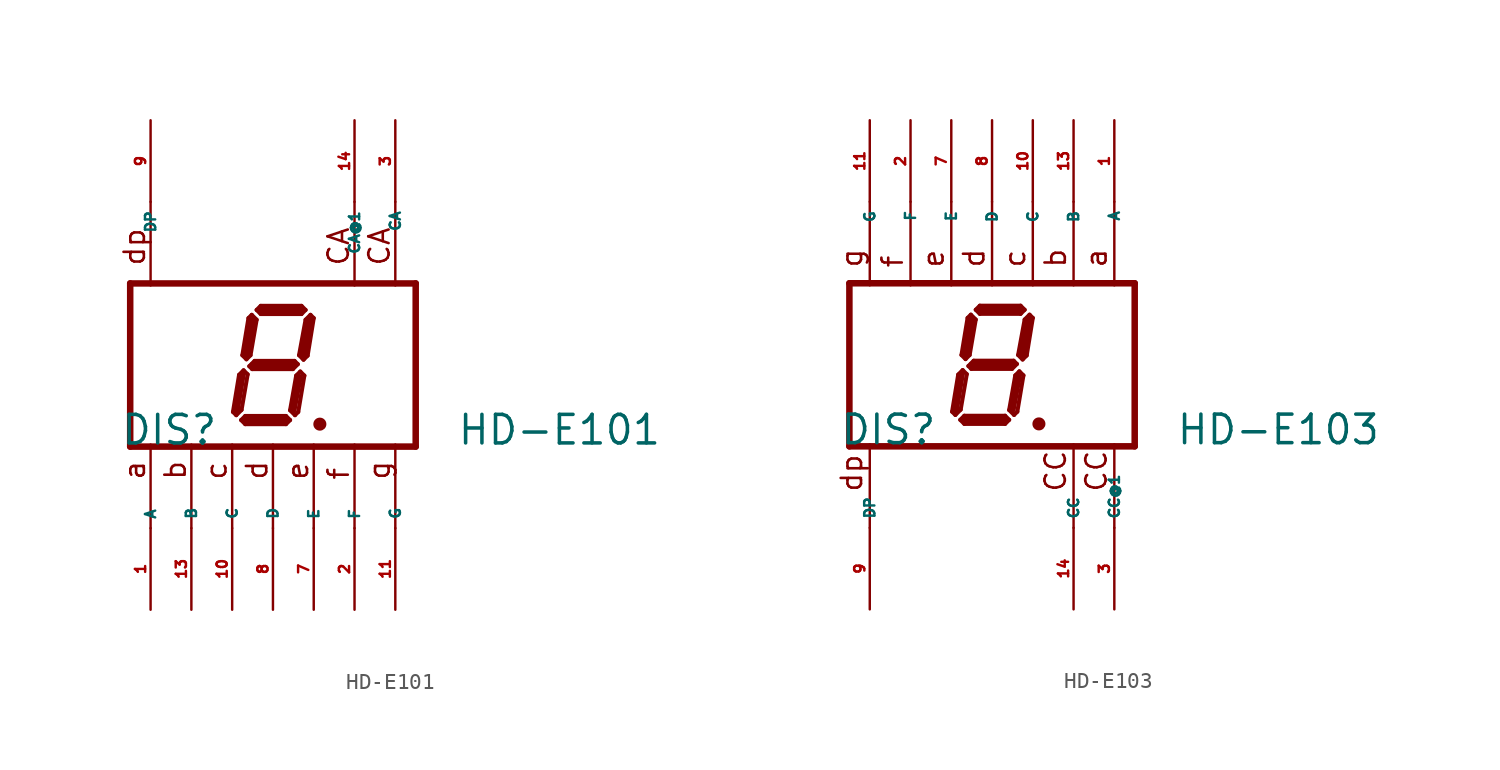
<source format=kicad_sym>
(kicad_symbol_lib
  (version 20220914)
  (generator Eagle2Kicad)
  (symbol "HD-E101"
    (property "Reference" "DIS"
      (at -9.525 -5.08 0)
      (effects (font (size 1.778 1.778) (thickness 0.22)) (justify left bottom)))
    (property "Value" "HD-E101"
      (at 11.43 -5.08 0)
      (effects (font (size 1.778 1.778) (thickness 0.22)) (justify left bottom)))
    (polyline
      (pts (xy 2.794 -3.683) (xy 3.048 -3.683))
      (stroke (width 0.305) (type default))
      (fill (type none)))
    (polyline
      (pts (xy 2.337 3.124) (xy 2.032 2.819))
      (stroke (width 0.254) (type default))
      (fill (type none)))
    (polyline
      (pts (xy 2.032 2.819) (xy 1.626 0.61))
      (stroke (width 0.254) (type default))
      (fill (type none)))
    (polyline
      (pts (xy 1.626 0.61) (xy 1.905 0.33))
      (stroke (width 0.254) (type default))
      (fill (type none)))
    (polyline
      (pts (xy 1.905 0.33) (xy 2.159 0.584))
      (stroke (width 0.254) (type default))
      (fill (type none)))
    (polyline
      (pts (xy 2.159 0.584) (xy 2.54 2.921))
      (stroke (width 0.254) (type default))
      (fill (type none)))
    (polyline
      (pts (xy 2.54 2.921) (xy 2.337 3.124))
      (stroke (width 0.254) (type default))
      (fill (type none)))
    (polyline
      (pts (xy 2.032 3.429) (xy 1.778 3.175))
      (stroke (width 0.254) (type default))
      (fill (type none)))
    (polyline
      (pts (xy 1.778 3.175) (xy -0.762 3.175))
      (stroke (width 0.254) (type default))
      (fill (type none)))
    (polyline
      (pts (xy -0.762 3.175) (xy -1.016 3.429))
      (stroke (width 0.254) (type default))
      (fill (type none)))
    (polyline
      (pts (xy -1.016 3.429) (xy -0.762 3.683))
      (stroke (width 0.254) (type default))
      (fill (type none)))
    (polyline
      (pts (xy -0.762 3.683) (xy 1.778 3.683))
      (stroke (width 0.254) (type default))
      (fill (type none)))
    (polyline
      (pts (xy 1.778 3.683) (xy 2.032 3.429))
      (stroke (width 0.254) (type default))
      (fill (type none)))
    (polyline
      (pts (xy -1.321 3.124) (xy -1.016 2.819))
      (stroke (width 0.254) (type default))
      (fill (type none)))
    (polyline
      (pts (xy -1.016 2.819) (xy -1.397 0.61))
      (stroke (width 0.254) (type default))
      (fill (type none)))
    (polyline
      (pts (xy -1.397 0.61) (xy -1.651 0.356))
      (stroke (width 0.254) (type default))
      (fill (type none)))
    (polyline
      (pts (xy -1.651 0.356) (xy -1.905 0.61))
      (stroke (width 0.254) (type default))
      (fill (type none)))
    (polyline
      (pts (xy -1.905 0.61) (xy -1.524 2.921))
      (stroke (width 0.254) (type default))
      (fill (type none)))
    (polyline
      (pts (xy -1.524 2.921) (xy -1.321 3.124))
      (stroke (width 0.254) (type default))
      (fill (type none)))
    (polyline
      (pts (xy -1.473 -0.076) (xy -1.143 0.254))
      (stroke (width 0.254) (type default))
      (fill (type none)))
    (polyline
      (pts (xy -1.143 0.254) (xy 1.346 0.254))
      (stroke (width 0.254) (type default))
      (fill (type none)))
    (polyline
      (pts (xy 1.346 0.254) (xy 1.549 0.051))
      (stroke (width 0.254) (type default))
      (fill (type none)))
    (polyline
      (pts (xy 1.549 0.051) (xy 1.245 -0.254))
      (stroke (width 0.254) (type default))
      (fill (type none)))
    (polyline
      (pts (xy 1.245 -0.254) (xy -1.295 -0.254))
      (stroke (width 0.254) (type default))
      (fill (type none)))
    (polyline
      (pts (xy -1.295 -0.254) (xy -1.473 -0.076))
      (stroke (width 0.254) (type default))
      (fill (type none)))
    (polyline
      (pts (xy -1.829 -0.33) (xy -1.575 -0.584))
      (stroke (width 0.254) (type default))
      (fill (type none)))
    (polyline
      (pts (xy -2.286 -3.124) (xy -1.956 -2.794))
      (stroke (width 0.254) (type default))
      (fill (type none)))
    (polyline
      (pts (xy -1.956 -2.794) (xy -1.575 -0.584))
      (stroke (width 0.254) (type default))
      (fill (type none)))
    (polyline
      (pts (xy -1.829 -0.33) (xy -2.108 -0.61))
      (stroke (width 0.254) (type default))
      (fill (type none)))
    (polyline
      (pts (xy -2.108 -0.61) (xy -2.489 -2.921))
      (stroke (width 0.254) (type default))
      (fill (type none)))
    (polyline
      (pts (xy -2.489 -2.921) (xy -2.286 -3.124))
      (stroke (width 0.254) (type default))
      (fill (type none)))
    (polyline
      (pts (xy -1.981 -3.429) (xy -1.727 -3.175))
      (stroke (width 0.254) (type default))
      (fill (type none)))
    (polyline
      (pts (xy -1.727 -3.175) (xy 0.813 -3.175))
      (stroke (width 0.254) (type default))
      (fill (type none)))
    (polyline
      (pts (xy 0.813 -3.175) (xy 1.067 -3.429))
      (stroke (width 0.254) (type default))
      (fill (type none)))
    (polyline
      (pts (xy 1.067 -3.429) (xy 0.813 -3.683))
      (stroke (width 0.254) (type default))
      (fill (type none)))
    (polyline
      (pts (xy 0.813 -3.683) (xy -1.727 -3.683))
      (stroke (width 0.254) (type default))
      (fill (type none)))
    (polyline
      (pts (xy -1.727 -3.683) (xy -1.981 -3.429))
      (stroke (width 0.254) (type default))
      (fill (type none)))
    (polyline
      (pts (xy 1.702 -0.406) (xy 1.448 -0.66))
      (stroke (width 0.254) (type default))
      (fill (type none)))
    (polyline
      (pts (xy 1.448 -0.66) (xy 1.067 -2.819))
      (stroke (width 0.254) (type default))
      (fill (type none)))
    (polyline
      (pts (xy 1.067 -2.819) (xy 1.372 -3.124))
      (stroke (width 0.254) (type default))
      (fill (type none)))
    (polyline
      (pts (xy 1.372 -3.124) (xy 1.575 -2.921))
      (stroke (width 0.254) (type default))
      (fill (type none)))
    (polyline
      (pts (xy 1.575 -2.921) (xy 1.956 -0.66))
      (stroke (width 0.254) (type default))
      (fill (type none)))
    (polyline
      (pts (xy 1.956 -0.66) (xy 1.702 -0.406))
      (stroke (width 0.254) (type default))
      (fill (type none)))
    (polyline
      (pts (xy 2.286 2.794) (xy 1.905 0.635))
      (stroke (width 0.406) (type default))
      (fill (type none)))
    (polyline
      (pts (xy 1.778 3.429) (xy -0.762 3.429))
      (stroke (width 0.406) (type default))
      (fill (type none)))
    (polyline
      (pts (xy -1.27 2.794) (xy -1.651 0.635))
      (stroke (width 0.406) (type default))
      (fill (type none)))
    (polyline
      (pts (xy -1.27 0) (xy 1.27 0))
      (stroke (width 0.406) (type default))
      (fill (type none)))
    (polyline
      (pts (xy 1.651 -0.762) (xy 1.27 -2.794))
      (stroke (width 0.406) (type default))
      (fill (type none)))
    (polyline
      (pts (xy 0.762 -3.429) (xy -1.651 -3.429))
      (stroke (width 0.406) (type default))
      (fill (type none)))
    (polyline
      (pts (xy -2.286 -2.921) (xy -1.905 -0.635))
      (stroke (width 0.406) (type default))
      (fill (type none)))
    (polyline
      (pts (xy -8.89 5.08) (xy 8.89 5.08))
      (stroke (width 0.406) (type default))
      (fill (type none)))
    (polyline
      (pts (xy 8.89 -5.08) (xy 8.89 5.08))
      (stroke (width 0.406) (type default))
      (fill (type none)))
    (polyline
      (pts (xy 8.89 -5.08) (xy -8.89 -5.08))
      (stroke (width 0.406) (type default))
      (fill (type none)))
    (polyline
      (pts (xy -8.89 5.08) (xy -8.89 -5.08))
      (stroke (width 0.406) (type default))
      (fill (type none)))
    (polyline
      (pts (xy 7.62 -4.953) (xy 7.62 -10.16))
      (stroke (width 0.152) (type default))
      (fill (type none)))
    (polyline
      (pts (xy 5.08 -4.953) (xy 5.08 -10.16))
      (stroke (width 0.152) (type default))
      (fill (type none)))
    (polyline
      (pts (xy 0 -4.953) (xy 0 -10.16))
      (stroke (width 0.152) (type default))
      (fill (type none)))
    (polyline
      (pts (xy -5.08 -4.953) (xy -5.08 -10.16))
      (stroke (width 0.152) (type default))
      (fill (type none)))
    (polyline
      (pts (xy -7.62 -4.953) (xy -7.62 -10.16))
      (stroke (width 0.152) (type default))
      (fill (type none)))
    (polyline
      (pts (xy 7.62 10.16) (xy 7.62 4.953))
      (stroke (width 0.152) (type default))
      (fill (type none)))
    (polyline
      (pts (xy -2.54 -4.953) (xy -2.54 -10.16))
      (stroke (width 0.152) (type default))
      (fill (type none)))
    (polyline
      (pts (xy 2.54 -4.953) (xy 2.54 -10.16))
      (stroke (width 0.152) (type default))
      (fill (type none)))
    (polyline
      (pts (xy -7.62 10.16) (xy -7.62 4.953))
      (stroke (width 0.152) (type default))
      (fill (type none)))
    (polyline
      (pts (xy 5.08 10.16) (xy 5.08 4.953))
      (stroke (width 0.152) (type default))
      (fill (type none)))
    (text "CA"
      (at 7.366 6.096 900)
      (effects (font (size 1.27 1.27) (thickness 0.16)) (justify left bottom)))
    (text "CA"
      (at 4.826 6.096 900)
      (effects (font (size 1.27 1.27) (thickness 0.16)) (justify left bottom)))
    (text "a"
      (at -7.874 -7.239 900)
      (effects (font (size 1.27 1.27) (thickness 0.16)) (justify left bottom)))
    (text "b"
      (at -5.334 -7.239 900)
      (effects (font (size 1.27 1.27) (thickness 0.16)) (justify left bottom)))
    (text "c"
      (at -2.794 -7.239 900)
      (effects (font (size 1.27 1.27) (thickness 0.16)) (justify left bottom)))
    (text "d"
      (at -0.254 -7.239 900)
      (effects (font (size 1.27 1.27) (thickness 0.16)) (justify left bottom)))
    (text "e"
      (at 2.286 -7.239 900)
      (effects (font (size 1.27 1.27) (thickness 0.16)) (justify left bottom)))
    (text "f"
      (at 4.826 -7.239 900)
      (effects (font (size 1.27 1.27) (thickness 0.16)) (justify left bottom)))
    (text "g"
      (at 7.366 -7.239 900)
      (effects (font (size 1.27 1.27) (thickness 0.16)) (justify left bottom)))
    (text "dp"
      (at -7.874 6.096 900)
      (effects (font (size 1.27 1.27) (thickness 0.16)) (justify left bottom)))
    (circle
      (center 2.921 -3.683)
      (radius 0.254)
      (stroke (width 0.305) (type default))
      (fill (type none)))
    (pin passive line
      (at -7.62 15.24 270)
      (length 5.08)
      (name "DP" (effects (font (size 0.635 0.635) (thickness 0.08)) (justify left bottom)))
      (number "9" (effects (font (size 0.635 0.635) (thickness 0.08)) (justify left bottom))))
    (pin passive line
      (at 5.08 -15.24 90)
      (length 5.08)
      (name "F" (effects (font (size 0.635 0.635) (thickness 0.08)) (justify left bottom)))
      (number "2" (effects (font (size 0.635 0.635) (thickness 0.08)) (justify left bottom))))
    (pin passive line
      (at 0 -15.24 90)
      (length 5.08)
      (name "D" (effects (font (size 0.635 0.635) (thickness 0.08)) (justify left bottom)))
      (number "8" (effects (font (size 0.635 0.635) (thickness 0.08)) (justify left bottom))))
    (pin passive line
      (at -5.08 -15.24 90)
      (length 5.08)
      (name "B" (effects (font (size 0.635 0.635) (thickness 0.08)) (justify left bottom)))
      (number "13" (effects (font (size 0.635 0.635) (thickness 0.08)) (justify left bottom))))
    (pin passive line
      (at -7.62 -15.24 90)
      (length 5.08)
      (name "A" (effects (font (size 0.635 0.635) (thickness 0.08)) (justify left bottom)))
      (number "1" (effects (font (size 0.635 0.635) (thickness 0.08)) (justify left bottom))))
    (pin passive line
      (at 7.62 15.24 270)
      (length 5.08)
      (name "CA" (effects (font (size 0.635 0.635) (thickness 0.08)) (justify left bottom)))
      (number "3" (effects (font (size 0.635 0.635) (thickness 0.08)) (justify left bottom))))
    (pin passive line
      (at -2.54 -15.24 90)
      (length 5.08)
      (name "C" (effects (font (size 0.635 0.635) (thickness 0.08)) (justify left bottom)))
      (number "10" (effects (font (size 0.635 0.635) (thickness 0.08)) (justify left bottom))))
    (pin passive line
      (at 2.54 -15.24 90)
      (length 5.08)
      (name "E" (effects (font (size 0.635 0.635) (thickness 0.08)) (justify left bottom)))
      (number "7" (effects (font (size 0.635 0.635) (thickness 0.08)) (justify left bottom))))
    (pin passive line
      (at 7.62 -15.24 90)
      (length 5.08)
      (name "G" (effects (font (size 0.635 0.635) (thickness 0.08)) (justify left bottom)))
      (number "11" (effects (font (size 0.635 0.635) (thickness 0.08)) (justify left bottom))))
    (pin passive line
      (at 5.08 15.24 270)
      (length 5.08)
      (name "CA@1" (effects (font (size 0.635 0.635) (thickness 0.08)) (justify left bottom)))
      (number "14" (effects (font (size 0.635 0.635) (thickness 0.08)) (justify left bottom)))))
  (symbol "HD-E103"
    (property "Reference" "DIS"
      (at -9.525 -5.08 0)
      (effects (font (size 1.778 1.778) (thickness 0.22)) (justify left bottom)))
    (property "Value" "HD-E103"
      (at 11.43 -5.08 0)
      (effects (font (size 1.778 1.778) (thickness 0.22)) (justify left bottom)))
    (polyline
      (pts (xy 2.794 -3.683) (xy 3.048 -3.683))
      (stroke (width 0.305) (type default))
      (fill (type none)))
    (polyline
      (pts (xy 2.337 3.124) (xy 2.032 2.819))
      (stroke (width 0.254) (type default))
      (fill (type none)))
    (polyline
      (pts (xy 2.032 2.819) (xy 1.626 0.61))
      (stroke (width 0.254) (type default))
      (fill (type none)))
    (polyline
      (pts (xy 1.626 0.61) (xy 1.905 0.33))
      (stroke (width 0.254) (type default))
      (fill (type none)))
    (polyline
      (pts (xy 1.905 0.33) (xy 2.159 0.584))
      (stroke (width 0.254) (type default))
      (fill (type none)))
    (polyline
      (pts (xy 2.159 0.584) (xy 2.54 2.921))
      (stroke (width 0.254) (type default))
      (fill (type none)))
    (polyline
      (pts (xy 2.54 2.921) (xy 2.337 3.124))
      (stroke (width 0.254) (type default))
      (fill (type none)))
    (polyline
      (pts (xy 2.032 3.429) (xy 1.778 3.175))
      (stroke (width 0.254) (type default))
      (fill (type none)))
    (polyline
      (pts (xy 1.778 3.175) (xy -0.762 3.175))
      (stroke (width 0.254) (type default))
      (fill (type none)))
    (polyline
      (pts (xy -0.762 3.175) (xy -1.016 3.429))
      (stroke (width 0.254) (type default))
      (fill (type none)))
    (polyline
      (pts (xy -1.016 3.429) (xy -0.762 3.683))
      (stroke (width 0.254) (type default))
      (fill (type none)))
    (polyline
      (pts (xy -0.762 3.683) (xy 1.778 3.683))
      (stroke (width 0.254) (type default))
      (fill (type none)))
    (polyline
      (pts (xy 1.778 3.683) (xy 2.032 3.429))
      (stroke (width 0.254) (type default))
      (fill (type none)))
    (polyline
      (pts (xy -1.321 3.124) (xy -1.016 2.819))
      (stroke (width 0.254) (type default))
      (fill (type none)))
    (polyline
      (pts (xy -1.016 2.819) (xy -1.397 0.61))
      (stroke (width 0.254) (type default))
      (fill (type none)))
    (polyline
      (pts (xy -1.397 0.61) (xy -1.651 0.356))
      (stroke (width 0.254) (type default))
      (fill (type none)))
    (polyline
      (pts (xy -1.651 0.356) (xy -1.905 0.61))
      (stroke (width 0.254) (type default))
      (fill (type none)))
    (polyline
      (pts (xy -1.905 0.61) (xy -1.524 2.921))
      (stroke (width 0.254) (type default))
      (fill (type none)))
    (polyline
      (pts (xy -1.524 2.921) (xy -1.321 3.124))
      (stroke (width 0.254) (type default))
      (fill (type none)))
    (polyline
      (pts (xy -1.473 -0.076) (xy -1.143 0.254))
      (stroke (width 0.254) (type default))
      (fill (type none)))
    (polyline
      (pts (xy -1.143 0.254) (xy 1.346 0.254))
      (stroke (width 0.254) (type default))
      (fill (type none)))
    (polyline
      (pts (xy 1.346 0.254) (xy 1.549 0.051))
      (stroke (width 0.254) (type default))
      (fill (type none)))
    (polyline
      (pts (xy 1.549 0.051) (xy 1.245 -0.254))
      (stroke (width 0.254) (type default))
      (fill (type none)))
    (polyline
      (pts (xy 1.245 -0.254) (xy -1.295 -0.254))
      (stroke (width 0.254) (type default))
      (fill (type none)))
    (polyline
      (pts (xy -1.295 -0.254) (xy -1.473 -0.076))
      (stroke (width 0.254) (type default))
      (fill (type none)))
    (polyline
      (pts (xy -1.829 -0.33) (xy -1.575 -0.584))
      (stroke (width 0.254) (type default))
      (fill (type none)))
    (polyline
      (pts (xy -2.286 -3.124) (xy -1.956 -2.794))
      (stroke (width 0.254) (type default))
      (fill (type none)))
    (polyline
      (pts (xy -1.956 -2.794) (xy -1.575 -0.584))
      (stroke (width 0.254) (type default))
      (fill (type none)))
    (polyline
      (pts (xy -1.829 -0.33) (xy -2.108 -0.61))
      (stroke (width 0.254) (type default))
      (fill (type none)))
    (polyline
      (pts (xy -2.108 -0.61) (xy -2.489 -2.921))
      (stroke (width 0.254) (type default))
      (fill (type none)))
    (polyline
      (pts (xy -2.489 -2.921) (xy -2.286 -3.124))
      (stroke (width 0.254) (type default))
      (fill (type none)))
    (polyline
      (pts (xy -1.981 -3.429) (xy -1.727 -3.175))
      (stroke (width 0.254) (type default))
      (fill (type none)))
    (polyline
      (pts (xy -1.727 -3.175) (xy 0.813 -3.175))
      (stroke (width 0.254) (type default))
      (fill (type none)))
    (polyline
      (pts (xy 0.813 -3.175) (xy 1.067 -3.429))
      (stroke (width 0.254) (type default))
      (fill (type none)))
    (polyline
      (pts (xy 1.067 -3.429) (xy 0.813 -3.683))
      (stroke (width 0.254) (type default))
      (fill (type none)))
    (polyline
      (pts (xy 0.813 -3.683) (xy -1.727 -3.683))
      (stroke (width 0.254) (type default))
      (fill (type none)))
    (polyline
      (pts (xy -1.727 -3.683) (xy -1.981 -3.429))
      (stroke (width 0.254) (type default))
      (fill (type none)))
    (polyline
      (pts (xy 1.702 -0.406) (xy 1.448 -0.66))
      (stroke (width 0.254) (type default))
      (fill (type none)))
    (polyline
      (pts (xy 1.448 -0.66) (xy 1.067 -2.819))
      (stroke (width 0.254) (type default))
      (fill (type none)))
    (polyline
      (pts (xy 1.067 -2.819) (xy 1.372 -3.124))
      (stroke (width 0.254) (type default))
      (fill (type none)))
    (polyline
      (pts (xy 1.372 -3.124) (xy 1.575 -2.921))
      (stroke (width 0.254) (type default))
      (fill (type none)))
    (polyline
      (pts (xy 1.575 -2.921) (xy 1.956 -0.66))
      (stroke (width 0.254) (type default))
      (fill (type none)))
    (polyline
      (pts (xy 1.956 -0.66) (xy 1.702 -0.406))
      (stroke (width 0.254) (type default))
      (fill (type none)))
    (polyline
      (pts (xy 2.286 2.794) (xy 1.905 0.635))
      (stroke (width 0.406) (type default))
      (fill (type none)))
    (polyline
      (pts (xy 1.778 3.429) (xy -0.762 3.429))
      (stroke (width 0.406) (type default))
      (fill (type none)))
    (polyline
      (pts (xy -1.27 2.794) (xy -1.651 0.635))
      (stroke (width 0.406) (type default))
      (fill (type none)))
    (polyline
      (pts (xy -1.27 0) (xy 1.27 0))
      (stroke (width 0.406) (type default))
      (fill (type none)))
    (polyline
      (pts (xy 1.651 -0.762) (xy 1.27 -2.794))
      (stroke (width 0.406) (type default))
      (fill (type none)))
    (polyline
      (pts (xy 0.762 -3.429) (xy -1.651 -3.429))
      (stroke (width 0.406) (type default))
      (fill (type none)))
    (polyline
      (pts (xy -2.286 -2.921) (xy -1.905 -0.635))
      (stroke (width 0.406) (type default))
      (fill (type none)))
    (polyline
      (pts (xy -8.89 5.08) (xy 8.89 5.08))
      (stroke (width 0.406) (type default))
      (fill (type none)))
    (polyline
      (pts (xy 8.89 -5.08) (xy 8.89 5.08))
      (stroke (width 0.406) (type default))
      (fill (type none)))
    (polyline
      (pts (xy 8.89 -5.08) (xy -8.89 -5.08))
      (stroke (width 0.406) (type default))
      (fill (type none)))
    (polyline
      (pts (xy -8.89 5.08) (xy -8.89 -5.08))
      (stroke (width 0.406) (type default))
      (fill (type none)))
    (polyline
      (pts (xy 5.08 4.953) (xy 5.08 10.16))
      (stroke (width 0.152) (type default))
      (fill (type none)))
    (polyline
      (pts (xy -7.62 4.953) (xy -7.62 10.16))
      (stroke (width 0.152) (type default))
      (fill (type none)))
    (polyline
      (pts (xy 0 4.953) (xy 0 10.16))
      (stroke (width 0.152) (type default))
      (fill (type none)))
    (polyline
      (pts (xy -5.08 4.953) (xy -5.08 10.16))
      (stroke (width 0.152) (type default))
      (fill (type none)))
    (polyline
      (pts (xy 7.62 4.953) (xy 7.62 10.16))
      (stroke (width 0.152) (type default))
      (fill (type none)))
    (polyline
      (pts (xy 7.62 -10.16) (xy 7.62 -4.953))
      (stroke (width 0.152) (type default))
      (fill (type none)))
    (polyline
      (pts (xy -2.54 4.953) (xy -2.54 10.16))
      (stroke (width 0.152) (type default))
      (fill (type none)))
    (polyline
      (pts (xy 2.54 4.953) (xy 2.54 10.16))
      (stroke (width 0.152) (type default))
      (fill (type none)))
    (polyline
      (pts (xy -7.62 -10.16) (xy -7.62 -4.953))
      (stroke (width 0.152) (type default))
      (fill (type none)))
    (polyline
      (pts (xy 5.08 -10.16) (xy 5.08 -4.953))
      (stroke (width 0.152) (type default))
      (fill (type none)))
    (text "CC"
      (at 4.699 -8.001 900)
      (effects (font (size 1.27 1.27) (thickness 0.16)) (justify left bottom)))
    (text "CC"
      (at 7.239 -8.001 900)
      (effects (font (size 1.27 1.27) (thickness 0.16)) (justify left bottom)))
    (text "dp"
      (at -8.001 -8.001 900)
      (effects (font (size 1.27 1.27) (thickness 0.16)) (justify left bottom)))
    (text "a"
      (at 7.239 5.969 900)
      (effects (font (size 1.27 1.27) (thickness 0.16)) (justify left bottom)))
    (text "b"
      (at 4.699 5.969 900)
      (effects (font (size 1.27 1.27) (thickness 0.16)) (justify left bottom)))
    (text "c"
      (at 2.159 5.969 900)
      (effects (font (size 1.27 1.27) (thickness 0.16)) (justify left bottom)))
    (text "d"
      (at -0.381 5.969 900)
      (effects (font (size 1.27 1.27) (thickness 0.16)) (justify left bottom)))
    (text "e"
      (at -2.921 5.969 900)
      (effects (font (size 1.27 1.27) (thickness 0.16)) (justify left bottom)))
    (text "f"
      (at -5.461 5.969 900)
      (effects (font (size 1.27 1.27) (thickness 0.16)) (justify left bottom)))
    (text "g"
      (at -8.001 5.969 900)
      (effects (font (size 1.27 1.27) (thickness 0.16)) (justify left bottom)))
    (circle
      (center 2.921 -3.683)
      (radius 0.254)
      (stroke (width 0.305) (type default))
      (fill (type none)))
    (pin passive line
      (at -7.62 15.24 270)
      (length 5.08)
      (name "G" (effects (font (size 0.635 0.635) (thickness 0.08)) (justify left bottom)))
      (number "11" (effects (font (size 0.635 0.635) (thickness 0.08)) (justify left bottom))))
    (pin passive line
      (at -5.08 15.24 270)
      (length 5.08)
      (name "F" (effects (font (size 0.635 0.635) (thickness 0.08)) (justify left bottom)))
      (number "2" (effects (font (size 0.635 0.635) (thickness 0.08)) (justify left bottom))))
    (pin passive line
      (at 0 15.24 270)
      (length 5.08)
      (name "D" (effects (font (size 0.635 0.635) (thickness 0.08)) (justify left bottom)))
      (number "8" (effects (font (size 0.635 0.635) (thickness 0.08)) (justify left bottom))))
    (pin passive line
      (at 5.08 15.24 270)
      (length 5.08)
      (name "B" (effects (font (size 0.635 0.635) (thickness 0.08)) (justify left bottom)))
      (number "13" (effects (font (size 0.635 0.635) (thickness 0.08)) (justify left bottom))))
    (pin passive line
      (at 7.62 15.24 270)
      (length 5.08)
      (name "A" (effects (font (size 0.635 0.635) (thickness 0.08)) (justify left bottom)))
      (number "1" (effects (font (size 0.635 0.635) (thickness 0.08)) (justify left bottom))))
    (pin passive line
      (at 7.62 -15.24 90)
      (length 5.08)
      (name "CC@1" (effects (font (size 0.635 0.635) (thickness 0.08)) (justify left bottom)))
      (number "3" (effects (font (size 0.635 0.635) (thickness 0.08)) (justify left bottom))))
    (pin passive line
      (at 2.54 15.24 270)
      (length 5.08)
      (name "C" (effects (font (size 0.635 0.635) (thickness 0.08)) (justify left bottom)))
      (number "10" (effects (font (size 0.635 0.635) (thickness 0.08)) (justify left bottom))))
    (pin passive line
      (at -2.54 15.24 270)
      (length 5.08)
      (name "E" (effects (font (size 0.635 0.635) (thickness 0.08)) (justify left bottom)))
      (number "7" (effects (font (size 0.635 0.635) (thickness 0.08)) (justify left bottom))))
    (pin passive line
      (at -7.62 -15.24 90)
      (length 5.08)
      (name "DP" (effects (font (size 0.635 0.635) (thickness 0.08)) (justify left bottom)))
      (number "9" (effects (font (size 0.635 0.635) (thickness 0.08)) (justify left bottom))))
    (pin passive line
      (at 5.08 -15.24 90)
      (length 5.08)
      (name "CC" (effects (font (size 0.635 0.635) (thickness 0.08)) (justify left bottom)))
      (number "14" (effects (font (size 0.635 0.635) (thickness 0.08)) (justify left bottom))))))
</source>
